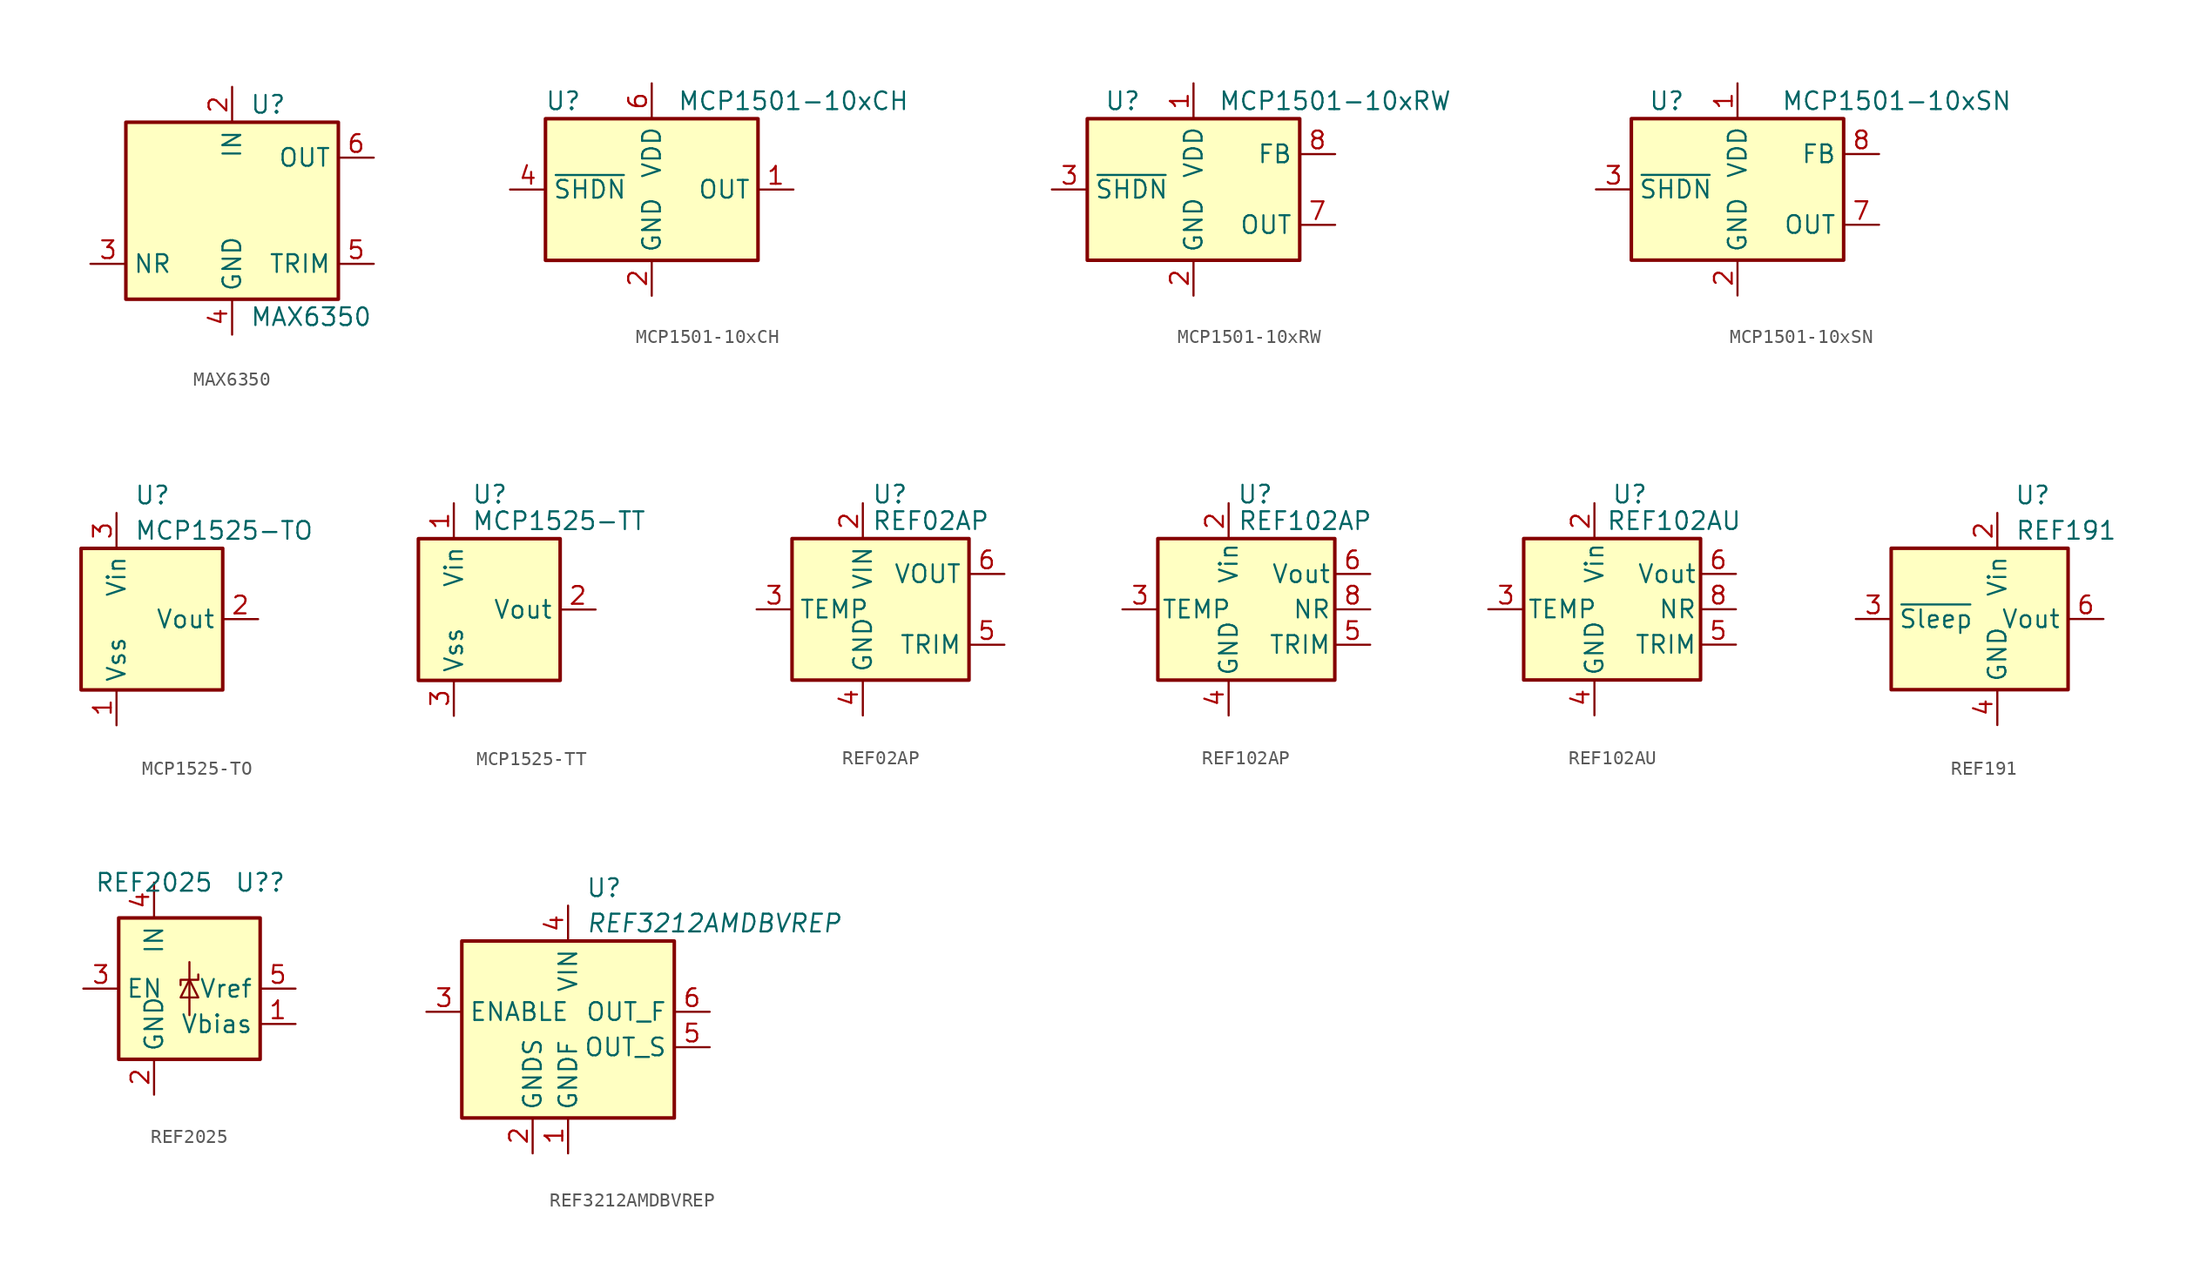
<source format=kicad_sym>
(kicad_symbol_lib
  (version 20241209)
  (generator "kicad_symbol_editor")
  (generator_version "9.0")
  (symbol "MAX6350"
    (property "Reference" "U"
      (at 1.27 6.35 0)
      (effects (font (size 1.27 1.27)) (justify left)))
    (property "Value" "MAX6350"
      (at 1.27 -8.89 0)
      (effects (font (size 1.27 1.27)) (justify left)))
    (symbol "MAX6350_0_1"
      (rectangle (start -7.62 5.08) (end 7.62 -7.62) (stroke (width 0.254) (type default)) (fill (type background))))
    (symbol "MAX6350_1_1"
      (pin passive line (at -10.16 -5.08 0) (length 2.54) (name "NR" (effects (font (size 1.27 1.27)))) (number "3" (effects (font (size 1.27 1.27)))))
      (pin no_connect line (at -7.62 -2.54 0) (length 2.54) (hide yes) (name "NC" (effects (font (size 1.27 1.27)))) (number "1" (effects (font (size 1.27 1.27)))))
      (pin power_in line (at 0 7.62 270) (length 2.54) (name "IN" (effects (font (size 1.27 1.27)))) (number "2" (effects (font (size 1.27 1.27)))))
      (pin power_in line (at 0 -10.16 90) (length 2.54) (name "GND" (effects (font (size 1.27 1.27)))) (number "4" (effects (font (size 1.27 1.27)))))
      (pin no_connect line (at 7.62 0 180) (length 2.54) (hide yes) (name "NC" (effects (font (size 1.27 1.27)))) (number "7" (effects (font (size 1.27 1.27)))))
      (pin no_connect line (at 7.62 -2.54 180) (length 2.54) (hide yes) (name "NC" (effects (font (size 1.27 1.27)))) (number "8" (effects (font (size 1.27 1.27)))))
      (pin power_out line (at 10.16 2.54 180) (length 2.54) (name "OUT" (effects (font (size 1.27 1.27)))) (number "6" (effects (font (size 1.27 1.27)))))
      (pin passive line (at 10.16 -5.08 180) (length 2.54) (name "TRIM" (effects (font (size 1.27 1.27)))) (number "5" (effects (font (size 1.27 1.27)))))))
  (symbol "MCP1501-10xCH"
    (property "Reference" "U"
      (at -6.35 6.35 0)
      (effects (font (size 1.27 1.27))))
    (property "Value" "MCP1501-10xCH"
      (at 10.16 6.35 0)
      (effects (font (size 1.27 1.27))))
    (symbol "MCP1501-10xCH_0_0"
      (pin input line (at -10.16 0 0) (length 2.54) (name "~{SHDN}" (effects (font (size 1.27 1.27)))) (number "4" (effects (font (size 1.27 1.27)))))
      (pin power_in line (at 0 7.62 270) (length 2.54) (name "VDD" (effects (font (size 1.27 1.27)))) (number "6" (effects (font (size 1.27 1.27)))))
      (pin power_in line (at 0 -7.62 90) (length 2.54) (name "GND" (effects (font (size 1.27 1.27)))) (number "2" (effects (font (size 1.27 1.27)))))
      (pin passive line (at 0 -7.62 90) (length 2.54) (hide yes) (name "GND" (effects (font (size 1.27 1.27)))) (number "3" (effects (font (size 1.27 1.27)))))
      (pin passive line (at 0 -7.62 90) (length 2.54) (hide yes) (name "GND" (effects (font (size 1.27 1.27)))) (number "5" (effects (font (size 1.27 1.27)))))
      (pin power_out line (at 10.16 0 180) (length 2.54) (name "OUT" (effects (font (size 1.27 1.27)))) (number "1" (effects (font (size 1.27 1.27))))))
    (symbol "MCP1501-10xCH_0_1"
      (rectangle (start -7.62 5.08) (end 7.62 -5.08) (stroke (width 0.254) (type default)) (fill (type background)))))
  (symbol "MCP1501-10xRW"
    (property "Reference" "U"
      (at -5.08 6.35 0)
      (effects (font (size 1.27 1.27))))
    (property "Value" "MCP1501-10xRW"
      (at 10.16 6.35 0)
      (effects (font (size 1.27 1.27))))
    (symbol "MCP1501-10xRW_0_0"
      (pin input line (at -10.16 0 0) (length 2.54) (name "~{SHDN}" (effects (font (size 1.27 1.27)))) (number "3" (effects (font (size 1.27 1.27)))))
      (pin power_in line (at 0 7.62 270) (length 2.54) (name "VDD" (effects (font (size 1.27 1.27)))) (number "1" (effects (font (size 1.27 1.27)))))
      (pin power_in line (at 0 -7.62 90) (length 2.54) (name "GND" (effects (font (size 1.27 1.27)))) (number "2" (effects (font (size 1.27 1.27)))))
      (pin passive line (at 0 -7.62 90) (length 2.54) (hide yes) (name "GND" (effects (font (size 1.27 1.27)))) (number "4" (effects (font (size 1.27 1.27)))))
      (pin passive line (at 0 -7.62 90) (length 2.54) (hide yes) (name "GND" (effects (font (size 1.27 1.27)))) (number "5" (effects (font (size 1.27 1.27)))))
      (pin passive line (at 0 -7.62 90) (length 2.54) (hide yes) (name "GND" (effects (font (size 1.27 1.27)))) (number "6" (effects (font (size 1.27 1.27)))))
      (pin input line (at 10.16 2.54 180) (length 2.54) (name "FB" (effects (font (size 1.27 1.27)))) (number "8" (effects (font (size 1.27 1.27)))))
      (pin power_out line (at 10.16 -2.54 180) (length 2.54) (name "OUT" (effects (font (size 1.27 1.27)))) (number "7" (effects (font (size 1.27 1.27))))))
    (symbol "MCP1501-10xRW_0_1"
      (rectangle (start -7.62 5.08) (end 7.62 -5.08) (stroke (width 0.254) (type default)) (fill (type background)))))
  (symbol "MCP1501-10xSN"
    (property "Reference" "U"
      (at -5.08 6.35 0)
      (effects (font (size 1.27 1.27))))
    (property "Value" "MCP1501-10xSN"
      (at 11.43 6.35 0)
      (effects (font (size 1.27 1.27))))
    (symbol "MCP1501-10xSN_0_0"
      (pin input line (at -10.16 0 0) (length 2.54) (name "~{SHDN}" (effects (font (size 1.27 1.27)))) (number "3" (effects (font (size 1.27 1.27)))))
      (pin power_in line (at 0 7.62 270) (length 2.54) (name "VDD" (effects (font (size 1.27 1.27)))) (number "1" (effects (font (size 1.27 1.27)))))
      (pin power_in line (at 0 -7.62 90) (length 2.54) (name "GND" (effects (font (size 1.27 1.27)))) (number "2" (effects (font (size 1.27 1.27)))))
      (pin passive line (at 0 -7.62 90) (length 2.54) (hide yes) (name "GND" (effects (font (size 1.27 1.27)))) (number "4" (effects (font (size 1.27 1.27)))))
      (pin passive line (at 0 -7.62 90) (length 2.54) (hide yes) (name "GND" (effects (font (size 1.27 1.27)))) (number "5" (effects (font (size 1.27 1.27)))))
      (pin passive line (at 0 -7.62 90) (length 2.54) (hide yes) (name "GND" (effects (font (size 1.27 1.27)))) (number "6" (effects (font (size 1.27 1.27)))))
      (pin input line (at 10.16 2.54 180) (length 2.54) (name "FB" (effects (font (size 1.27 1.27)))) (number "8" (effects (font (size 1.27 1.27)))))
      (pin power_out line (at 10.16 -2.54 180) (length 2.54) (name "OUT" (effects (font (size 1.27 1.27)))) (number "7" (effects (font (size 1.27 1.27))))))
    (symbol "MCP1501-10xSN_0_1"
      (rectangle (start -7.62 5.08) (end 7.62 -5.08) (stroke (width 0.254) (type default)) (fill (type background)))))
  (symbol "MCP1525-TO"
    (property "Reference" "U"
      (at 1.27 8.89 0)
      (effects (font (size 1.27 1.27)) (justify left)))
    (property "Value" "MCP1525-TO"
      (at 1.27 6.35 0)
      (effects (font (size 1.27 1.27)) (justify left)))
    (symbol "MCP1525-TO_0_1"
      (rectangle (start -2.54 5.08) (end 7.62 -5.08) (stroke (width 0.254) (type default)) (fill (type background))))
    (symbol "MCP1525-TO_1_1"
      (pin power_in line (at 0 7.62 270) (length 2.54) (name "Vin" (effects (font (size 1.27 1.27)))) (number "3" (effects (font (size 1.27 1.27)))))
      (pin power_in line (at 0 -7.62 90) (length 2.54) (name "Vss" (effects (font (size 1.27 1.27)))) (number "1" (effects (font (size 1.27 1.27)))))
      (pin power_out line (at 10.16 0 180) (length 2.54) (name "Vout" (effects (font (size 1.27 1.27)))) (number "2" (effects (font (size 1.27 1.27)))))))
  (symbol "MCP1525-TT"
    (property "Reference" "U"
      (at 1.27 8.255 0)
      (effects (font (size 1.27 1.27)) (justify left)))
    (property "Value" "MCP1525-TT"
      (at 1.27 6.35 0)
      (effects (font (size 1.27 1.27)) (justify left)))
    (symbol "MCP1525-TT_0_1"
      (rectangle (start -2.54 5.08) (end 7.62 -5.08) (stroke (width 0.254) (type default)) (fill (type background))))
    (symbol "MCP1525-TT_1_1"
      (pin power_in line (at 0 7.62 270) (length 2.54) (name "Vin" (effects (font (size 1.27 1.27)))) (number "1" (effects (font (size 1.27 1.27)))))
      (pin power_in line (at 0 -7.62 90) (length 2.54) (name "Vss" (effects (font (size 1.27 1.27)))) (number "3" (effects (font (size 1.27 1.27)))))
      (pin power_out line (at 10.16 0 180) (length 2.54) (name "Vout" (effects (font (size 1.27 1.27)))) (number "2" (effects (font (size 1.27 1.27)))))))
  (symbol "REF02AP"
    (property "Reference" "U"
      (at 0.635 8.255 0)
      (effects (font (size 1.27 1.27)) (justify left)))
    (property "Value" "REF02AP"
      (at 0.635 6.35 0)
      (effects (font (size 1.27 1.27)) (justify left)))
    (symbol "REF02AP_0_1"
      (rectangle (start -5.08 5.08) (end 7.62 -5.08) (stroke (width 0.254) (type default)) (fill (type background))))
    (symbol "REF02AP_1_1"
      (pin passive line (at -7.62 0 0) (length 2.54) (name "TEMP" (effects (font (size 1.27 1.27)))) (number "3" (effects (font (size 1.27 1.27)))))
      (pin no_connect line (at -2.54 -5.08 90) (length 2.54) (hide yes) (name "NC" (effects (font (size 1.27 1.27)))) (number "7" (effects (font (size 1.27 1.27)))))
      (pin power_in line (at 0 7.62 270) (length 2.54) (name "VIN" (effects (font (size 1.27 1.27)))) (number "2" (effects (font (size 1.27 1.27)))))
      (pin power_in line (at 0 -7.62 90) (length 2.54) (name "GND" (effects (font (size 1.27 1.27)))) (number "4" (effects (font (size 1.27 1.27)))))
      (pin no_connect line (at 2.54 -5.08 90) (length 2.54) (hide yes) (name "NC" (effects (font (size 1.27 1.27)))) (number "1" (effects (font (size 1.27 1.27)))))
      (pin no_connect line (at 7.62 0 180) (length 2.54) (hide yes) (name "NC" (effects (font (size 1.27 1.27)))) (number "8" (effects (font (size 1.27 1.27)))))
      (pin power_out line (at 10.16 2.54 180) (length 2.54) (name "VOUT" (effects (font (size 1.27 1.27)))) (number "6" (effects (font (size 1.27 1.27)))))
      (pin passive line (at 10.16 -2.54 180) (length 2.54) (name "TRIM" (effects (font (size 1.27 1.27)))) (number "5" (effects (font (size 1.27 1.27)))))))
  (symbol "REF102AP"
    (pin_names
      (offset 0.254))
    (property "Reference" "U"
      (at -0.635 8.255 0)
      (effects (font (size 1.27 1.27))))
    (property "Value" "REF102AP"
      (at -1.905 6.35 0)
      (effects (font (size 1.27 1.27)) (justify left)))
    (symbol "REF102AP_0_1"
      (rectangle (start -7.62 5.08) (end 5.08 -5.08) (stroke (width 0.254) (type default)) (fill (type background))))
    (symbol "REF102AP_1_1"
      (pin passive line (at -10.16 0 0) (length 2.54) (name "TEMP" (effects (font (size 1.27 1.27)))) (number "3" (effects (font (size 1.27 1.27)))))
      (pin no_connect line (at -5.08 -5.08 90) (length 2.54) (hide yes) (name "NC" (effects (font (size 1.27 1.27)))) (number "1" (effects (font (size 1.27 1.27)))))
      (pin power_in line (at -2.54 7.62 270) (length 2.54) (name "Vin" (effects (font (size 1.27 1.27)))) (number "2" (effects (font (size 1.27 1.27)))))
      (pin power_in line (at -2.54 -7.62 90) (length 2.54) (name "GND" (effects (font (size 1.27 1.27)))) (number "4" (effects (font (size 1.27 1.27)))))
      (pin no_connect line (at 0 -5.08 90) (length 2.54) (hide yes) (name "NC" (effects (font (size 1.27 1.27)))) (number "7" (effects (font (size 1.27 1.27)))))
      (pin power_out line (at 7.62 2.54 180) (length 2.54) (name "Vout" (effects (font (size 1.27 1.27)))) (number "6" (effects (font (size 1.27 1.27)))))
      (pin passive line (at 7.62 0 180) (length 2.54) (name "NR" (effects (font (size 1.27 1.27)))) (number "8" (effects (font (size 1.27 1.27)))))
      (pin passive line (at 7.62 -2.54 180) (length 2.54) (name "TRIM" (effects (font (size 1.27 1.27)))) (number "5" (effects (font (size 1.27 1.27)))))))
  (symbol "REF102AU"
    (pin_names
      (offset 0.254))
    (property "Reference" "U"
      (at 0 8.255 0)
      (effects (font (size 1.27 1.27))))
    (property "Value" "REF102AU"
      (at 3.175 6.35 0)
      (effects (font (size 1.27 1.27))))
    (symbol "REF102AU_0_1"
      (rectangle (start -7.62 5.08) (end 5.08 -5.08) (stroke (width 0.254) (type default)) (fill (type background))))
    (symbol "REF102AU_1_1"
      (pin passive line (at -10.16 0 0) (length 2.54) (name "TEMP" (effects (font (size 1.27 1.27)))) (number "3" (effects (font (size 1.27 1.27)))))
      (pin no_connect line (at -5.08 -5.08 90) (length 2.54) (hide yes) (name "NC" (effects (font (size 1.27 1.27)))) (number "1" (effects (font (size 1.27 1.27)))))
      (pin power_in line (at -2.54 7.62 270) (length 2.54) (name "Vin" (effects (font (size 1.27 1.27)))) (number "2" (effects (font (size 1.27 1.27)))))
      (pin power_in line (at -2.54 -7.62 90) (length 2.54) (name "GND" (effects (font (size 1.27 1.27)))) (number "4" (effects (font (size 1.27 1.27)))))
      (pin no_connect line (at 0 -5.08 90) (length 2.54) (hide yes) (name "NC" (effects (font (size 1.27 1.27)))) (number "7" (effects (font (size 1.27 1.27)))))
      (pin power_out line (at 7.62 2.54 180) (length 2.54) (name "Vout" (effects (font (size 1.27 1.27)))) (number "6" (effects (font (size 1.27 1.27)))))
      (pin passive line (at 7.62 0 180) (length 2.54) (name "NR" (effects (font (size 1.27 1.27)))) (number "8" (effects (font (size 1.27 1.27)))))
      (pin passive line (at 7.62 -2.54 180) (length 2.54) (name "TRIM" (effects (font (size 1.27 1.27)))) (number "5" (effects (font (size 1.27 1.27)))))))
  (symbol "REF191"
    (property "Reference" "U"
      (at 2.54 8.89 0)
      (effects (font (size 1.27 1.27))))
    (property "Value" "REF191"
      (at 1.27 6.35 0)
      (effects (font (size 1.27 1.27)) (justify left)))
    (symbol "REF191_0_1"
      (rectangle (start -7.62 5.08) (end 5.08 -5.08) (stroke (width 0.254) (type default)) (fill (type background))))
    (symbol "REF191_1_1"
      (pin input line (at -10.16 0 0) (length 2.54) (name "~{Sleep}" (effects (font (size 1.27 1.27)))) (number "3" (effects (font (size 1.27 1.27)))))
      (pin no_connect line (at -7.62 2.54 0) (length 2.54) (hide yes) (name "TP" (effects (font (size 1.27 1.27)))) (number "1" (effects (font (size 1.27 1.27)))))
      (pin no_connect line (at -5.08 -5.08 90) (length 2.54) (hide yes) (name "TP" (effects (font (size 1.27 1.27)))) (number "5" (effects (font (size 1.27 1.27)))))
      (pin no_connect line (at -2.54 -5.08 90) (length 2.54) (hide yes) (name "NC" (effects (font (size 1.27 1.27)))) (number "7" (effects (font (size 1.27 1.27)))))
      (pin power_in line (at 0 7.62 270) (length 2.54) (name "Vin" (effects (font (size 1.27 1.27)))) (number "2" (effects (font (size 1.27 1.27)))))
      (pin power_in line (at 0 -7.62 90) (length 2.54) (name "GND" (effects (font (size 1.27 1.27)))) (number "4" (effects (font (size 1.27 1.27)))))
      (pin no_connect line (at 2.54 -5.08 90) (length 2.54) (hide yes) (name "NC" (effects (font (size 1.27 1.27)))) (number "8" (effects (font (size 1.27 1.27)))))
      (pin power_out line (at 7.62 0 180) (length 2.54) (name "Vout" (effects (font (size 1.27 1.27)))) (number "6" (effects (font (size 1.27 1.27)))))))
  (symbol "REF2025"
    (property "Reference" "U?"
      (at 5.08 7.62 0)
      (effects (font (size 1.27 1.27))))
    (property "Value" "REF2025"
      (at -2.54 7.62 0)
      (effects (font (size 1.27 1.27))))
    (symbol "REF2025_0_1"
      (rectangle (start -5.08 5.08) (end 5.08 -5.08) (stroke (width 0.254) (type default)) (fill (type background)))
      (polyline (pts (xy -0.635 -0.635) (xy 0.635 -0.635) (xy 0 0.635) (xy -0.635 -0.635)) (stroke (width 0) (type default)) (fill (type none)))
      (polyline (pts (xy 0 1.905) (xy 0 -1.905)) (stroke (width 0) (type default)) (fill (type none)))
      (polyline (pts (xy 0.635 1.016) (xy 0.635 0.635) (xy -0.635 0.635) (xy -0.635 0.254)) (stroke (width 0) (type default)) (fill (type none))))
    (symbol "REF2025_1_1"
      (pin input line (at -7.62 0 0) (length 2.54) (name "EN" (effects (font (size 1.27 1.27)))) (number "3" (effects (font (size 1.27 1.27)))))
      (pin power_in line (at -2.54 7.62 270) (length 2.54) (name "IN" (effects (font (size 1.27 1.27)))) (number "4" (effects (font (size 1.27 1.27)))))
      (pin power_in line (at -2.54 -7.62 90) (length 2.54) (name "GND" (effects (font (size 1.27 1.27)))) (number "2" (effects (font (size 1.27 1.27)))))
      (pin output line (at 7.62 0 180) (length 2.54) (name "Vref" (effects (font (size 1.27 1.27)))) (number "5" (effects (font (size 1.27 1.27)))))
      (pin output line (at 7.62 -2.54 180) (length 2.54) (name "Vbias" (effects (font (size 1.27 1.27)))) (number "1" (effects (font (size 1.27 1.27)))))))
  (symbol "REF3212AMDBVREP"
    (property "Reference" "U"
      (at 1.27 8.89 0)
      (effects (font (size 1.27 1.27)) (justify left)))
    (property "Value" "REF3212AMDBVREP"
      (at 1.27 6.35 0)
      (effects (font (size 1.27 1.27) (italic yes)) (justify left)))
    (symbol "REF3212AMDBVREP_0_1"
      (rectangle (start -7.62 5.08) (end 7.62 -7.62) (stroke (width 0.254) (type default)) (fill (type background))))
    (symbol "REF3212AMDBVREP_1_1"
      (pin input line (at -10.16 0 0) (length 2.54) (name "ENABLE" (effects (font (size 1.27 1.27)))) (number "3" (effects (font (size 1.27 1.27)))))
      (pin input line (at -2.54 -10.16 90) (length 2.54) (name "GNDS" (effects (font (size 1.27 1.27)))) (number "2" (effects (font (size 1.27 1.27)))))
      (pin power_in line (at 0 7.62 270) (length 2.54) (name "VIN" (effects (font (size 1.27 1.27)))) (number "4" (effects (font (size 1.27 1.27)))))
      (pin power_in line (at 0 -10.16 90) (length 2.54) (name "GNDF" (effects (font (size 1.27 1.27)))) (number "1" (effects (font (size 1.27 1.27)))))
      (pin output line (at 10.16 0 180) (length 2.54) (name "OUT_F" (effects (font (size 1.27 1.27)))) (number "6" (effects (font (size 1.27 1.27)))))
      (pin input line (at 10.16 -2.54 180) (length 2.54) (name "OUT_S" (effects (font (size 1.27 1.27)))) (number "5" (effects (font (size 1.27 1.27))))))))
</source>
